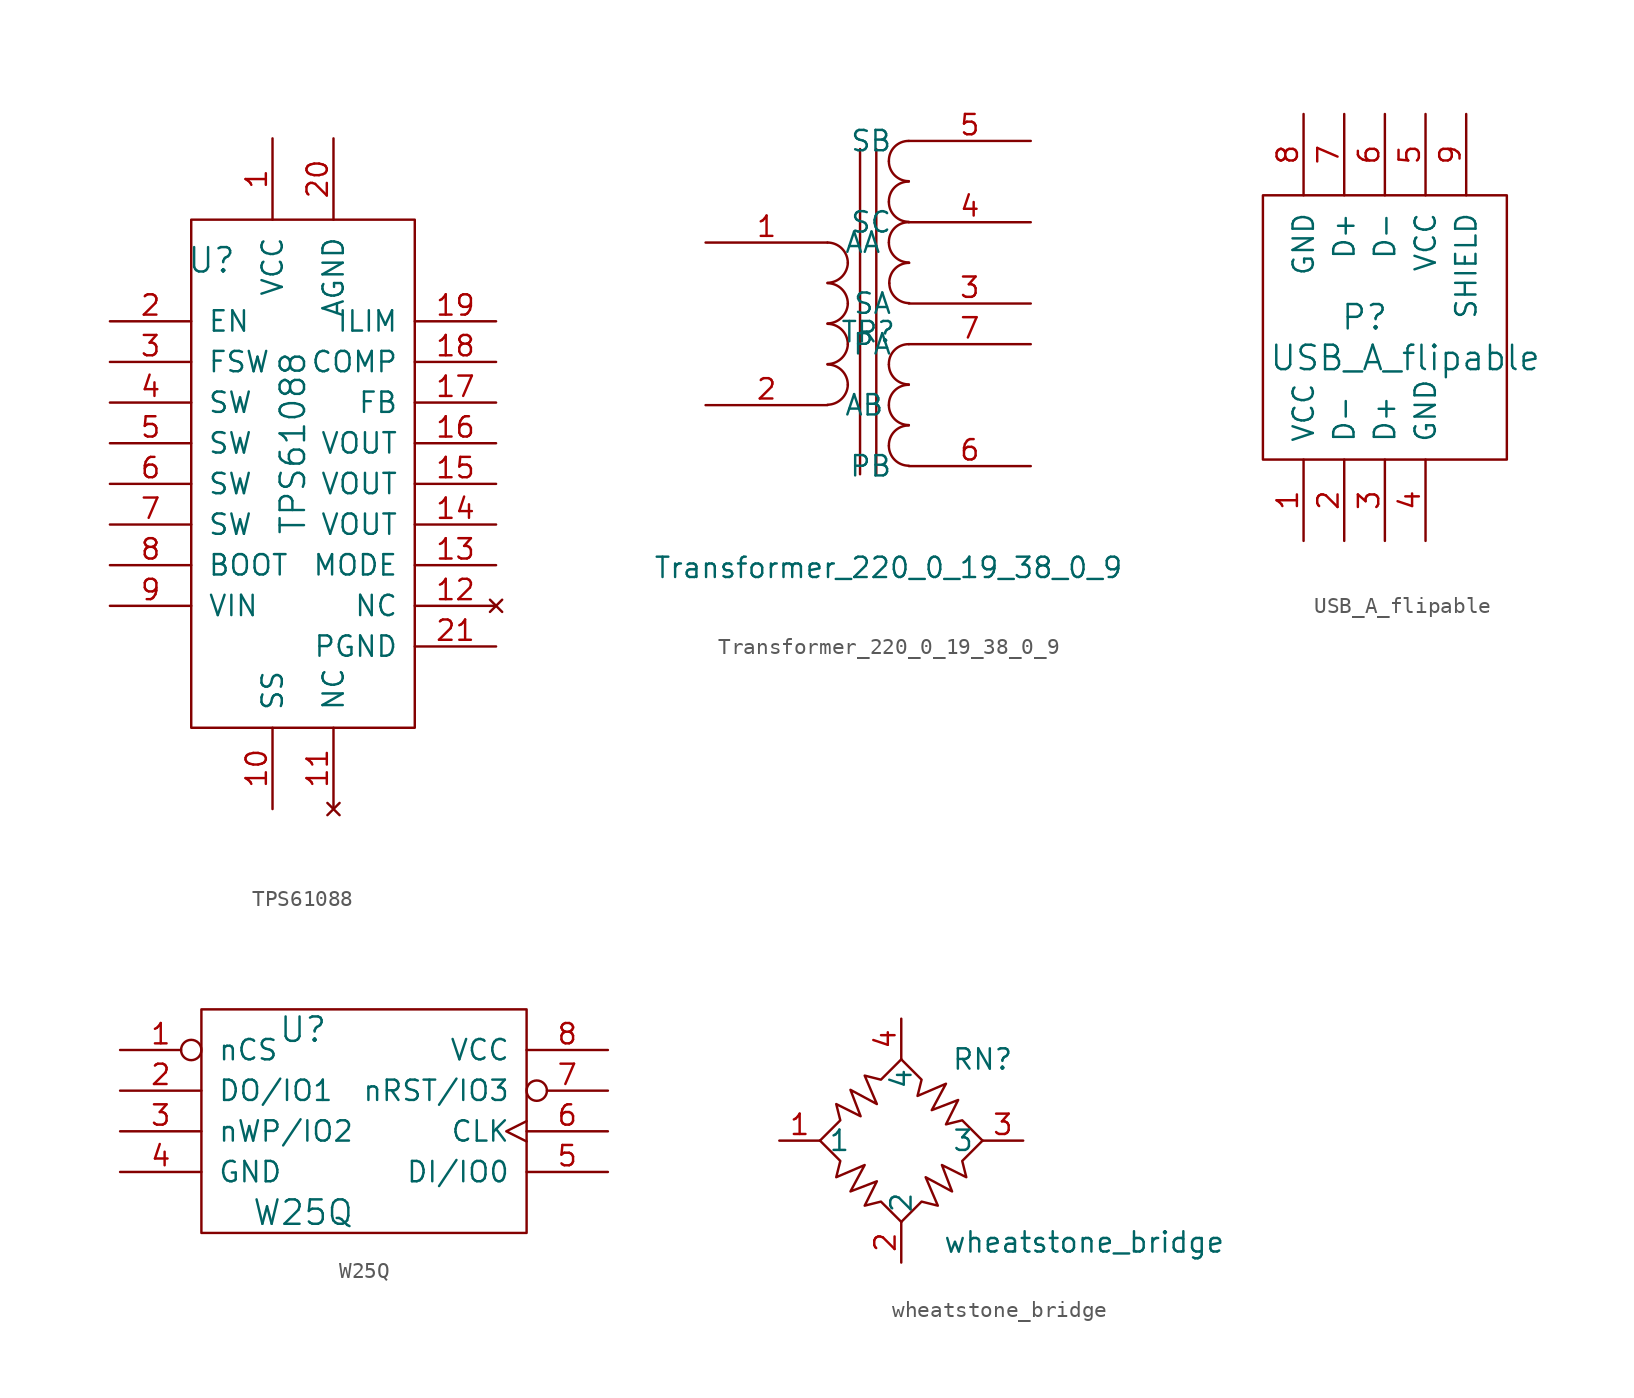
<source format=kicad_sym>
(kicad_symbol_lib
  (version 20220914)
  (generator kicad_symbol_editor)
  (symbol "TPS61088"
    (pin_names
      (offset 1.016))
    (property "Reference" "U"
      (at -8.89 13.97 0)
      (effects (font (size 1.524 1.524))))
    (property "Value" "TPS61088"
      (at -3.81 2.54 90)
      (effects (font (size 1.524 1.524))))
    (property "Footprint" ""
      (at 0 0 0)
      (effects (font (size 1.524 1.524))))
    (property "Datasheet" ""
      (at 0 0 0)
      (effects (font (size 1.524 1.524))))
    (symbol "TPS61088_0_1"
      (rectangle (start -10.16 16.51) (end 3.81 -15.24) (stroke (width 0) (type default)) (fill (type none))))
    (symbol "TPS61088_1_1"
      (pin input line (at -5.08 21.59 270) (length 5.08) (name "VCC" (effects (font (size 1.27 1.27)))) (number "1" (effects (font (size 1.27 1.27)))))
      (pin input line (at -5.08 -20.32 90) (length 5.08) (name "SS" (effects (font (size 1.27 1.27)))) (number "10" (effects (font (size 1.27 1.27)))))
      (pin no_connect line (at -1.27 -20.32 90) (length 5.08) (name "NC" (effects (font (size 1.27 1.27)))) (number "11" (effects (font (size 1.27 1.27)))))
      (pin no_connect line (at 8.89 -7.62 180) (length 5.08) (name "NC" (effects (font (size 1.27 1.27)))) (number "12" (effects (font (size 1.27 1.27)))))
      (pin input line (at 8.89 -5.08 180) (length 5.08) (name "MODE" (effects (font (size 1.27 1.27)))) (number "13" (effects (font (size 1.27 1.27)))))
      (pin input line (at 8.89 -2.54 180) (length 5.08) (name "VOUT" (effects (font (size 1.27 1.27)))) (number "14" (effects (font (size 1.27 1.27)))))
      (pin input line (at 8.89 0 180) (length 5.08) (name "VOUT" (effects (font (size 1.27 1.27)))) (number "15" (effects (font (size 1.27 1.27)))))
      (pin input line (at 8.89 2.54 180) (length 5.08) (name "VOUT" (effects (font (size 1.27 1.27)))) (number "16" (effects (font (size 1.27 1.27)))))
      (pin input line (at 8.89 5.08 180) (length 5.08) (name "FB" (effects (font (size 1.27 1.27)))) (number "17" (effects (font (size 1.27 1.27)))))
      (pin input line (at 8.89 7.62 180) (length 5.08) (name "COMP" (effects (font (size 1.27 1.27)))) (number "18" (effects (font (size 1.27 1.27)))))
      (pin input line (at 8.89 10.16 180) (length 5.08) (name "ILIM" (effects (font (size 1.27 1.27)))) (number "19" (effects (font (size 1.27 1.27)))))
      (pin input line (at -15.24 10.16 0) (length 5.08) (name "EN" (effects (font (size 1.27 1.27)))) (number "2" (effects (font (size 1.27 1.27)))))
      (pin input line (at -1.27 21.59 270) (length 5.08) (name "AGND" (effects (font (size 1.27 1.27)))) (number "20" (effects (font (size 1.27 1.27)))))
      (pin input line (at 8.89 -10.16 180) (length 5.08) (name "PGND" (effects (font (size 1.27 1.27)))) (number "21" (effects (font (size 1.27 1.27)))))
      (pin input line (at -15.24 7.62 0) (length 5.08) (name "FSW" (effects (font (size 1.27 1.27)))) (number "3" (effects (font (size 1.27 1.27)))))
      (pin input line (at -15.24 5.08 0) (length 5.08) (name "SW" (effects (font (size 1.27 1.27)))) (number "4" (effects (font (size 1.27 1.27)))))
      (pin input line (at -15.24 2.54 0) (length 5.08) (name "SW" (effects (font (size 1.27 1.27)))) (number "5" (effects (font (size 1.27 1.27)))))
      (pin input line (at -15.24 0 0) (length 5.08) (name "SW" (effects (font (size 1.27 1.27)))) (number "6" (effects (font (size 1.27 1.27)))))
      (pin input line (at -15.24 -2.54 0) (length 5.08) (name "SW" (effects (font (size 1.27 1.27)))) (number "7" (effects (font (size 1.27 1.27)))))
      (pin input line (at -15.24 -5.08 0) (length 5.08) (name "BOOT" (effects (font (size 1.27 1.27)))) (number "8" (effects (font (size 1.27 1.27)))))
      (pin input line (at -15.24 -7.62 0) (length 5.08) (name "VIN" (effects (font (size 1.27 1.27)))) (number "9" (effects (font (size 1.27 1.27)))))))
  (symbol "Transformer_220_0_19_38_0_9"
    (pin_names
      (offset 1.016))
    (property "Reference" "TR"
      (at 0 -0.508 0)
      (effects (font (size 1.27 1.27))))
    (property "Value" "Transformer_220_0_19_38_0_9"
      (at 1.27 -15.24 0)
      (effects (font (size 1.27 1.27))))
    (symbol "Transformer_220_0_19_38_0_9_1_1"
      (arc (start -2.54 -5.0546) (mid -1.6599 -4.6901) (end -1.27 -3.81) (stroke (width 0) (type default)) (fill (type none)))
      (arc (start -2.54 -2.5146) (mid -1.6599 -2.1501) (end -1.27 -1.27) (stroke (width 0) (type default)) (fill (type none)))
      (arc (start -2.54 0.0254) (mid -1.6599 0.3899) (end -1.27 1.27) (stroke (width 0) (type default)) (fill (type none)))
      (arc (start -2.54 2.5654) (mid -1.6599 2.9299) (end -1.27 3.81) (stroke (width 0) (type default)) (fill (type none)))
      (arc (start -1.27 -3.81) (mid -1.642 -2.912) (end -2.54 -2.54) (stroke (width 0) (type default)) (fill (type none)))
      (arc (start -1.27 -1.27) (mid -1.642 -0.372) (end -2.54 0) (stroke (width 0) (type default)) (fill (type none)))
      (arc (start -1.27 1.27) (mid -1.642 2.168) (end -2.54 2.54) (stroke (width 0) (type default)) (fill (type none)))
      (arc (start -1.27 3.81) (mid -1.642 4.708) (end -2.54 5.08) (stroke (width 0) (type default)) (fill (type none)))
      (polyline (pts (xy -0.508 -9.398) (xy -0.508 10.922)) (stroke (width 0) (type default)) (fill (type none)))
      (polyline (pts (xy 0.508 10.922) (xy 0.508 -9.398)) (stroke (width 0) (type default)) (fill (type none)))
      (arc (start 1.2954 -7.62) (mid 1.6599 -8.5001) (end 2.54 -8.8646) (stroke (width 0) (type default)) (fill (type none)))
      (arc (start 1.2954 -5.08) (mid 1.6599 -5.9601) (end 2.54 -6.3246) (stroke (width 0) (type default)) (fill (type none)))
      (arc (start 1.2954 -2.54) (mid 1.6599 -3.4201) (end 2.54 -3.7846) (stroke (width 0) (type default)) (fill (type none)))
      (arc (start 1.2954 5.08) (mid 1.6599 4.1999) (end 2.54 3.8354) (stroke (width 0) (type default)) (fill (type none)))
      (arc (start 1.2954 7.62) (mid 1.6599 6.7399) (end 2.54 6.3754) (stroke (width 0) (type default)) (fill (type none)))
      (arc (start 1.2954 10.16) (mid 1.6599 9.2799) (end 2.54 8.9154) (stroke (width 0) (type default)) (fill (type none)))
      (arc (start 1.3208 2.54) (mid 1.6853 1.6599) (end 2.5654 1.2954) (stroke (width 0) (type default)) (fill (type none)))
      (arc (start 2.54 -6.35) (mid 1.642 -6.722) (end 1.2954 -7.62) (stroke (width 0) (type default)) (fill (type none)))
      (arc (start 2.54 -3.81) (mid 1.642 -4.182) (end 1.2954 -5.08) (stroke (width 0) (type default)) (fill (type none)))
      (arc (start 2.54 -1.27) (mid 1.642 -1.642) (end 1.2954 -2.54) (stroke (width 0) (type default)) (fill (type none)))
      (arc (start 2.54 6.35) (mid 1.642 5.978) (end 1.2954 5.08) (stroke (width 0) (type default)) (fill (type none)))
      (arc (start 2.54 8.89) (mid 1.642 8.518) (end 1.2954 7.62) (stroke (width 0) (type default)) (fill (type none)))
      (arc (start 2.54 11.43) (mid 1.642 11.058) (end 1.2954 10.16) (stroke (width 0) (type default)) (fill (type none)))
      (arc (start 2.5654 3.81) (mid 1.6674 3.438) (end 1.3208 2.54) (stroke (width 0) (type default)) (fill (type none)))
      (pin passive line (at -10.16 5.08 0) (length 7.62) (name "AA" (effects (font (size 1.27 1.27)))) (number "1" (effects (font (size 1.27 1.27)))))
      (pin passive line (at -10.16 -5.08 0) (length 7.62) (name "AB" (effects (font (size 1.27 1.27)))) (number "2" (effects (font (size 1.27 1.27)))))
      (pin passive line (at 10.16 1.27 180) (length 7.62) (name "SA" (effects (font (size 1.27 1.27)))) (number "3" (effects (font (size 1.27 1.27)))))
      (pin passive line (at 10.16 6.35 180) (length 7.62) (name "SC" (effects (font (size 1.27 1.27)))) (number "4" (effects (font (size 1.27 1.27)))))
      (pin passive line (at 10.16 11.43 180) (length 7.62) (name "SB" (effects (font (size 1.27 1.27)))) (number "5" (effects (font (size 1.27 1.27)))))
      (pin passive line (at 10.16 -8.89 180) (length 7.62) (name "PB" (effects (font (size 1.27 1.27)))) (number "6" (effects (font (size 1.27 1.27)))))
      (pin passive line (at 10.16 -1.27 180) (length 7.62) (name "PA" (effects (font (size 1.27 1.27)))) (number "7" (effects (font (size 1.27 1.27)))))))
  (symbol "USB_A_flipable"
    (pin_names
      (offset 1.016))
    (property "Reference" "P"
      (at -1.27 1.27 0)
      (effects (font (size 1.524 1.524))))
    (property "Value" "USB_A_flipable"
      (at 1.27 -1.27 0)
      (effects (font (size 1.524 1.524))))
    (property "Footprint" ""
      (at 2.54 0 0)
      (effects (font (size 1.524 1.524))))
    (property "Datasheet" ""
      (at 2.54 0 0)
      (effects (font (size 1.524 1.524))))
    (symbol "USB_A_flipable_0_1"
      (rectangle (start -7.62 8.89) (end 7.62 -7.62) (stroke (width 0) (type default)) (fill (type none))))
    (symbol "USB_A_flipable_1_1"
      (pin input line (at -5.08 -12.7 90) (length 5.08) (name "VCC" (effects (font (size 1.27 1.27)))) (number "1" (effects (font (size 1.27 1.27)))))
      (pin input line (at -2.54 -12.7 90) (length 5.08) (name "D-" (effects (font (size 1.27 1.27)))) (number "2" (effects (font (size 1.27 1.27)))))
      (pin input line (at 0 -12.7 90) (length 5.08) (name "D+" (effects (font (size 1.27 1.27)))) (number "3" (effects (font (size 1.27 1.27)))))
      (pin input line (at 2.54 -12.7 90) (length 5.08) (name "GND" (effects (font (size 1.27 1.27)))) (number "4" (effects (font (size 1.27 1.27)))))
      (pin input line (at 2.54 13.97 270) (length 5.08) (name "VCC" (effects (font (size 1.27 1.27)))) (number "5" (effects (font (size 1.27 1.27)))))
      (pin input line (at 0 13.97 270) (length 5.08) (name "D-" (effects (font (size 1.27 1.27)))) (number "6" (effects (font (size 1.27 1.27)))))
      (pin input line (at -2.54 13.97 270) (length 5.08) (name "D+" (effects (font (size 1.27 1.27)))) (number "7" (effects (font (size 1.27 1.27)))))
      (pin input line (at -5.08 13.97 270) (length 5.08) (name "GND" (effects (font (size 1.27 1.27)))) (number "8" (effects (font (size 1.27 1.27)))))
      (pin input line (at 5.08 13.97 270) (length 5.08) (name "SHIELD" (effects (font (size 1.27 1.27)))) (number "9" (effects (font (size 1.27 1.27)))))))
  (symbol "W25Q"
    (pin_names
      (offset 1.016))
    (property "Reference" "U"
      (at 0 5.08 0)
      (effects (font (size 1.524 1.524))))
    (property "Value" "W25Q"
      (at 0 -6.35 0)
      (effects (font (size 1.524 1.524))))
    (property "Footprint" ""
      (at 0 0 0)
      (effects (font (size 1.524 1.524))))
    (property "Datasheet" ""
      (at 0 0 0)
      (effects (font (size 1.524 1.524))))
    (symbol "W25Q_0_1"
      (rectangle (start -6.35 6.35) (end 13.97 -7.62) (stroke (width 0) (type default)) (fill (type none))))
    (symbol "W25Q_1_1"
      (pin input inverted (at -11.43 3.81 0) (length 5.08) (name "nCS" (effects (font (size 1.27 1.27)))) (number "1" (effects (font (size 1.27 1.27)))))
      (pin input line (at -11.43 1.27 0) (length 5.08) (name "DO/IO1" (effects (font (size 1.27 1.27)))) (number "2" (effects (font (size 1.27 1.27)))))
      (pin input line (at -11.43 -1.27 0) (length 5.08) (name "nWP/IO2" (effects (font (size 1.27 1.27)))) (number "3" (effects (font (size 1.27 1.27)))))
      (pin input line (at -11.43 -3.81 0) (length 5.08) (name "GND" (effects (font (size 1.27 1.27)))) (number "4" (effects (font (size 1.27 1.27)))))
      (pin input line (at 19.05 -3.81 180) (length 5.08) (name "DI/IO0" (effects (font (size 1.27 1.27)))) (number "5" (effects (font (size 1.27 1.27)))))
      (pin input clock (at 19.05 -1.27 180) (length 5.08) (name "CLK" (effects (font (size 1.27 1.27)))) (number "6" (effects (font (size 1.27 1.27)))))
      (pin input inverted (at 19.05 1.27 180) (length 5.08) (name "nRST/IO3" (effects (font (size 1.27 1.27)))) (number "7" (effects (font (size 1.27 1.27)))))
      (pin input line (at 19.05 3.81 180) (length 5.08) (name "VCC" (effects (font (size 1.27 1.27)))) (number "8" (effects (font (size 1.27 1.27)))))))
  (symbol "wheatstone_bridge"
    (property "Reference" "RN"
      (at 5.08 5.08 0)
      (effects (font (size 1.27 1.27))))
    (property "Value" "wheatstone_bridge"
      (at 11.43 -6.35 0)
      (effects (font (size 1.27 1.27))))
    (symbol "wheatstone_bridge_0_1"
      (polyline (pts (xy -5.08 0) (xy -3.81 1.27) (xy -4.064 2.286) (xy -2.54 1.524) (xy -3.175 3.175) (xy -1.524 2.286) (xy -2.286 4.064) (xy -1.27 3.81) (xy 0 5.08)) (stroke (width 0) (type default)) (fill (type none)))
      (polyline (pts (xy 0 -5.08) (xy -1.27 -3.81) (xy -2.286 -4.064) (xy -1.524 -2.54) (xy -3.175 -3.175) (xy -2.286 -1.524) (xy -4.064 -2.286) (xy -3.81 -1.27) (xy -5.08 0)) (stroke (width 0) (type default)) (fill (type none)))
      (polyline (pts (xy 5.08 0) (xy 3.81 -1.27) (xy 4.064 -2.286) (xy 2.54 -1.524) (xy 3.175 -3.175) (xy 1.524 -2.286) (xy 2.286 -4.064) (xy 1.27 -3.81) (xy 0 -5.08)) (stroke (width 0) (type default)) (fill (type none)))
      (polyline (pts (xy 5.08 0) (xy 3.81 1.27) (xy 2.794 1.016) (xy 3.556 2.54) (xy 1.905 1.905) (xy 2.794 3.556) (xy 1.016 2.794) (xy 1.27 3.81) (xy 0 5.08)) (stroke (width 0) (type default)) (fill (type none))))
    (symbol "wheatstone_bridge_1_1"
      (pin input line (at -7.62 0 0) (length 2.54) (name "1" (effects (font (size 1.27 1.27)))) (number "1" (effects (font (size 1.27 1.27)))))
      (pin input line (at 0 -7.62 90) (length 2.54) (name "2" (effects (font (size 1.27 1.27)))) (number "2" (effects (font (size 1.27 1.27)))))
      (pin input line (at 7.62 0 180) (length 2.54) (name "3" (effects (font (size 1.27 1.27)))) (number "3" (effects (font (size 1.27 1.27)))))
      (pin input line (at 0 7.62 270) (length 2.54) (name "4" (effects (font (size 1.27 1.27)))) (number "4" (effects (font (size 1.27 1.27))))))))
</source>
